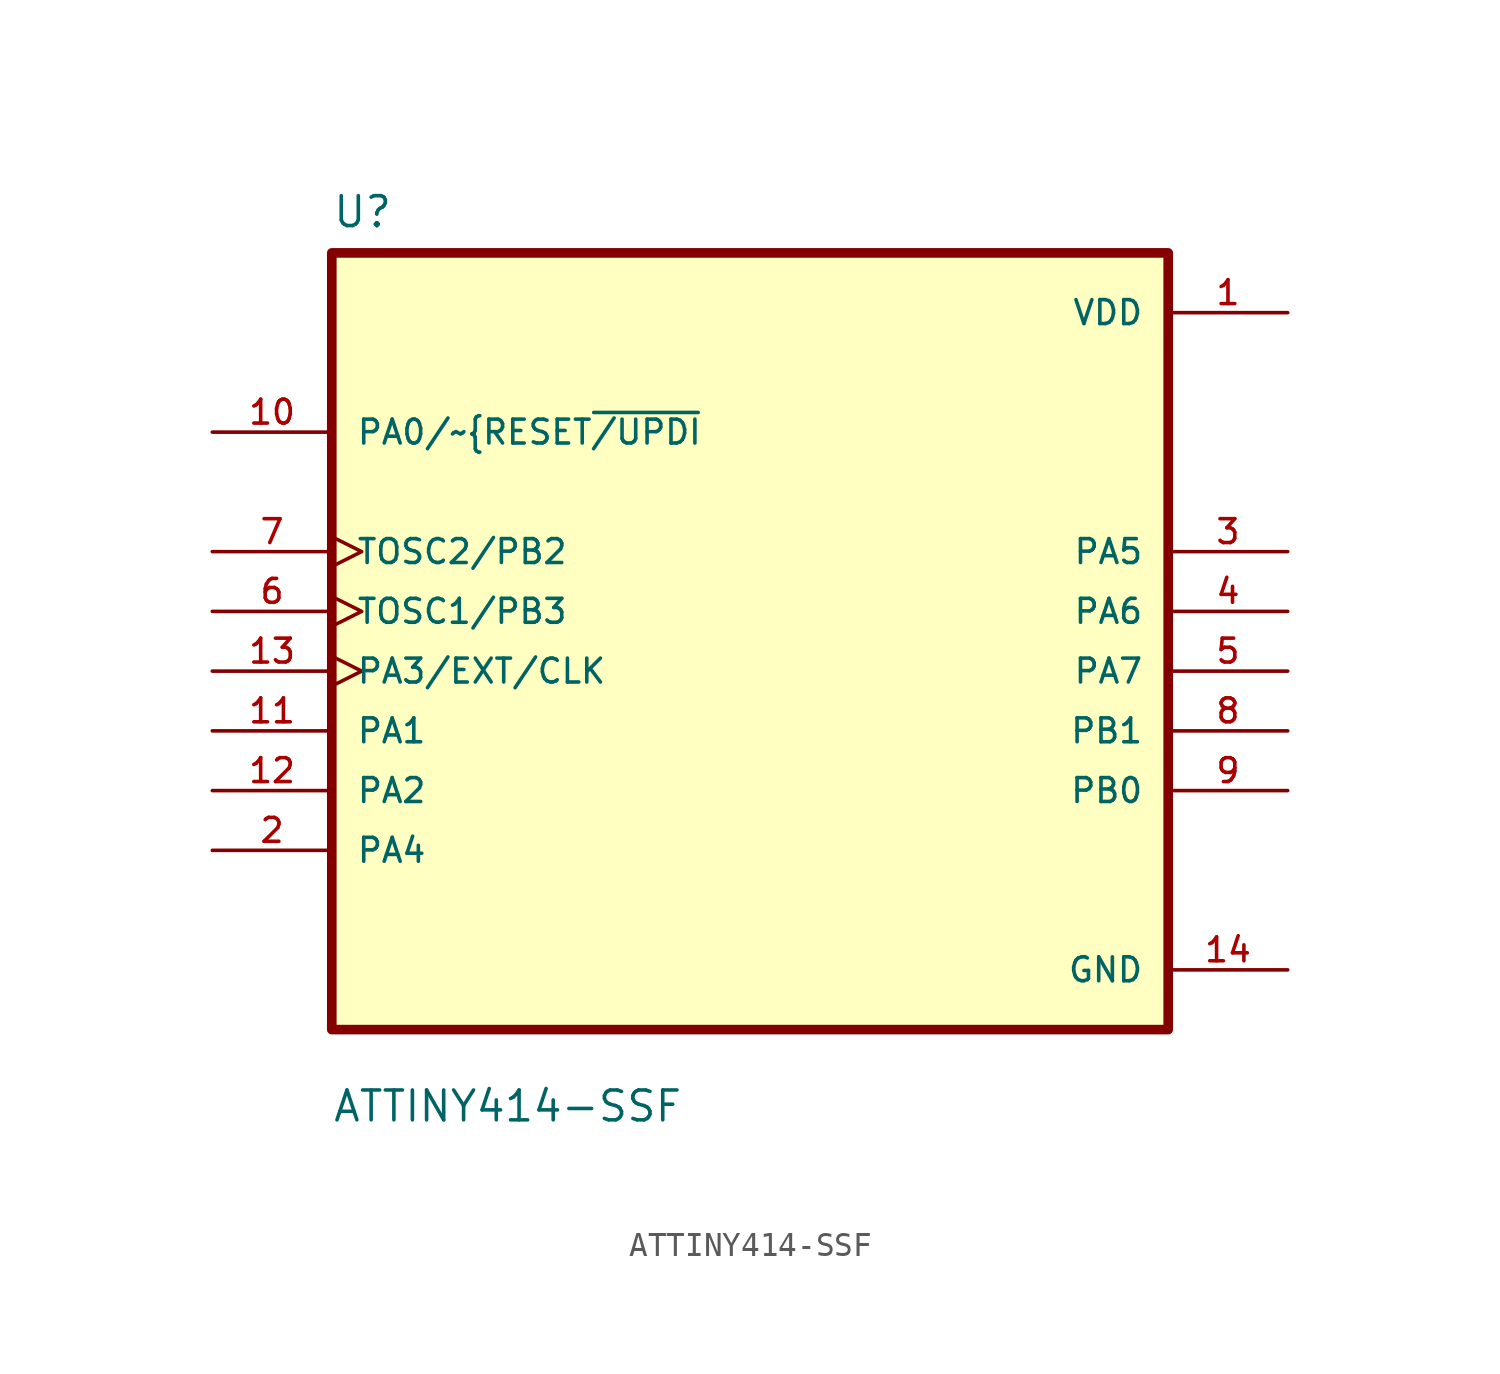
<source format=kicad_sym>
(kicad_symbol_lib
  (version 20211014)
  (generator kicad_symbol_editor)
  (symbol "ATTINY414-SSF"
    (pin_names
      (offset 1.016))
    (property "Reference" "U"
      (at -17.78 16.24 0.0)
      (effects (font (size 1.27 1.27)) (justify bottom left)))
    (property "Value" "ATTINY414-SSF"
      (at -17.78 -21.78 0.0)
      (effects (font (size 1.27 1.27)) (justify bottom left)))
    (symbol "ATTINY414-SSF_0_0"
      (rectangle (start -17.78 -17.78) (end 17.78 15.24) (stroke (width 0.41)) (fill (type background)))
      (pin input line (at -22.86 7.62 0) (length 5.08) (name "PA0/~{RESET~{/UPDI}" (effects (font (size 1.016 1.016)))) (number "10" (effects (font (size 1.016 1.016)))))
      (pin bidirectional line (at -22.86 -5.08 0) (length 5.08) (name "PA1" (effects (font (size 1.016 1.016)))) (number "11" (effects (font (size 1.016 1.016)))))
      (pin bidirectional line (at -22.86 -7.62 0) (length 5.08) (name "PA2" (effects (font (size 1.016 1.016)))) (number "12" (effects (font (size 1.016 1.016)))))
      (pin bidirectional clock (at -22.86 -2.54 0) (length 5.08) (name "PA3/EXT/CLK" (effects (font (size 1.016 1.016)))) (number "13" (effects (font (size 1.016 1.016)))))
      (pin bidirectional line (at -22.86 -10.16 0) (length 5.08) (name "PA4" (effects (font (size 1.016 1.016)))) (number "2" (effects (font (size 1.016 1.016)))))
      (pin bidirectional line (at 22.86 2.54 180.0) (length 5.08) (name "PA5" (effects (font (size 1.016 1.016)))) (number "3" (effects (font (size 1.016 1.016)))))
      (pin power_in line (at 22.86 12.7 180.0) (length 5.08) (name "VDD" (effects (font (size 1.016 1.016)))) (number "1" (effects (font (size 1.016 1.016)))))
      (pin bidirectional line (at 22.86 0.0 180.0) (length 5.08) (name "PA6" (effects (font (size 1.016 1.016)))) (number "4" (effects (font (size 1.016 1.016)))))
      (pin bidirectional line (at 22.86 -2.54 180.0) (length 5.08) (name "PA7" (effects (font (size 1.016 1.016)))) (number "5" (effects (font (size 1.016 1.016)))))
      (pin bidirectional line (at 22.86 -5.08 180.0) (length 5.08) (name "PB1" (effects (font (size 1.016 1.016)))) (number "8" (effects (font (size 1.016 1.016)))))
      (pin bidirectional clock (at -22.86 2.54 0) (length 5.08) (name "TOSC2/PB2" (effects (font (size 1.016 1.016)))) (number "7" (effects (font (size 1.016 1.016)))))
      (pin bidirectional line (at 22.86 -7.62 180.0) (length 5.08) (name "PB0" (effects (font (size 1.016 1.016)))) (number "9" (effects (font (size 1.016 1.016)))))
      (pin bidirectional clock (at -22.86 0.0 0) (length 5.08) (name "TOSC1/PB3" (effects (font (size 1.016 1.016)))) (number "6" (effects (font (size 1.016 1.016)))))
      (pin power_in line (at 22.86 -15.24 180.0) (length 5.08) (name "GND" (effects (font (size 1.016 1.016)))) (number "14" (effects (font (size 1.016 1.016))))))))
</source>
